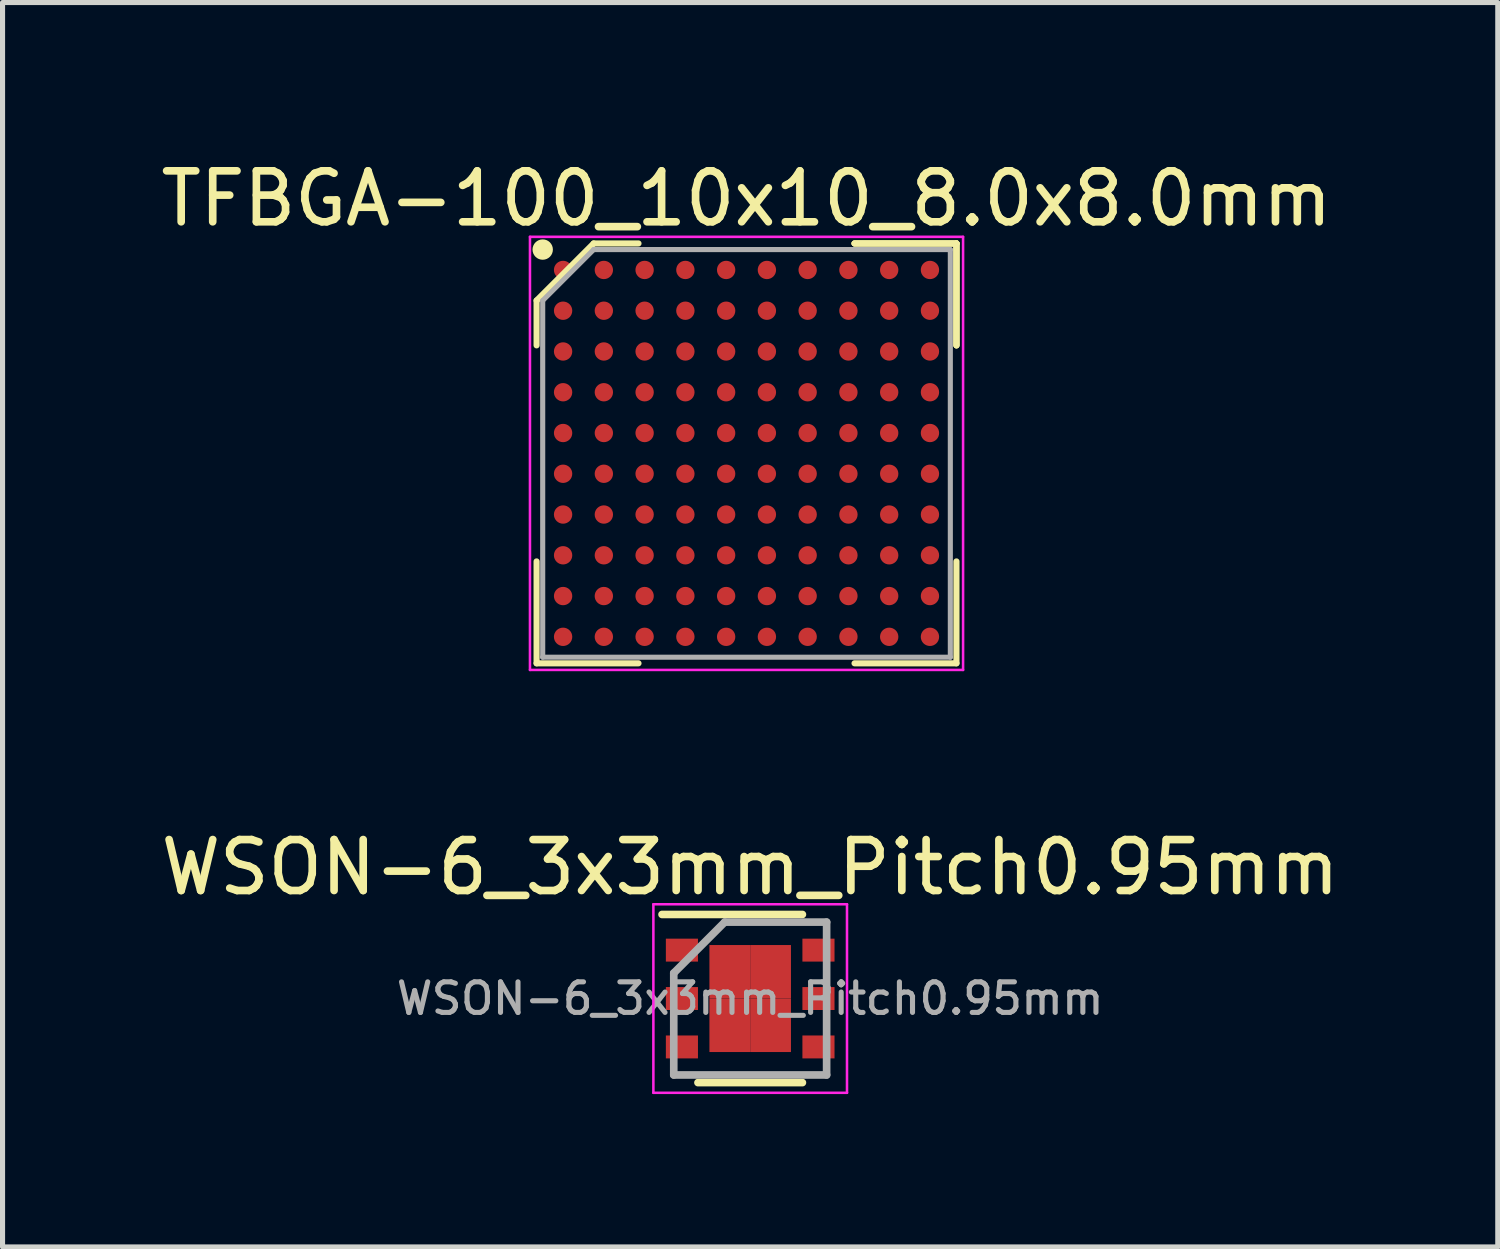
<source format=kicad_pcb>
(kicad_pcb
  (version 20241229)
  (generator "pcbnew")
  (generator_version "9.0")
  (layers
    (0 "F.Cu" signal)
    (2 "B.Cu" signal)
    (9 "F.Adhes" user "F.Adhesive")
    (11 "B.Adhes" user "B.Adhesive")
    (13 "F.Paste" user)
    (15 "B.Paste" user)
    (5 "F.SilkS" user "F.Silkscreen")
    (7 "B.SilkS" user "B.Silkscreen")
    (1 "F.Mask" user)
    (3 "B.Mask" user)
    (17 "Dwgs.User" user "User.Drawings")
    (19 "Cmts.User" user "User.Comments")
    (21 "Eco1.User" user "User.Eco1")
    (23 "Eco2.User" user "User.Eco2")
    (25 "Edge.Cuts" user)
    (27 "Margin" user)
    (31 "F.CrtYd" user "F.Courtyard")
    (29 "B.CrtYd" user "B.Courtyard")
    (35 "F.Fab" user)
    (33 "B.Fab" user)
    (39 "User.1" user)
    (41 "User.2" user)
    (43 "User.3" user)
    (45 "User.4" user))
  (footprint "WSON-6_3x3mm_Pitch0.95mm"
    (layer "F.Cu")
    (at 11.673 16.547)
    (property "Reference" "WSON-6_3x3mm_Pitch0.95mm" (at 0 -2.575 0) (layer "F.SilkS") (effects (font (size 1 1) (thickness 0.15))))
    (attr smd)
    (fp_line (start -1.73 -1.65) (end 1.025 -1.65) (stroke (width 0.15) (type solid)) (layer "F.SilkS"))
    (fp_line (start -1.025 1.65) (end 1.025 1.65) (stroke (width 0.15) (type solid)) (layer "F.SilkS"))
    (fp_line (start -1.9 -1.85) (end -1.9 1.85) (stroke (width 0.05) (type solid)) (layer "F.CrtYd"))
    (fp_line (start -1.9 -1.85) (end 1.9 -1.85) (stroke (width 0.05) (type solid)) (layer "F.CrtYd"))
    (fp_line (start -1.9 1.85) (end 1.9 1.85) (stroke (width 0.05) (type solid)) (layer "F.CrtYd"))
    (fp_line (start 1.9 -1.85) (end 1.9 1.85) (stroke (width 0.05) (type solid)) (layer "F.CrtYd"))
    (fp_line (start -1.5 -0.5) (end -0.5 -1.5) (stroke (width 0.15) (type solid)) (layer "F.Fab"))
    (fp_line (start -1.5 1.5) (end -1.5 -0.5) (stroke (width 0.15) (type solid)) (layer "F.Fab"))
    (fp_line (start -0.5 -1.5) (end 1.5 -1.5) (stroke (width 0.15) (type solid)) (layer "F.Fab"))
    (fp_line (start 1.5 -1.5) (end 1.5 1.5) (stroke (width 0.15) (type solid)) (layer "F.Fab"))
    (fp_line (start 1.5 1.5) (end -1.5 1.5) (stroke (width 0.15) (type solid)) (layer "F.Fab"))
    (fp_text user "${REFERENCE}" (at 0 0 0) (layer "F.Fab") (effects (font (size 0.6 0.6) (thickness 0.1))))
    (pad "1" smd rect (at -1.34 -0.95) (size 0.63 0.45) (layers "F.Cu" "F.Mask" "F.Paste"))
    (pad "2" smd rect (at -1.34 0) (size 0.63 0.45) (layers "F.Cu" "F.Mask" "F.Paste"))
    (pad "3" smd rect (at -1.34 0.95) (size 0.63 0.45) (layers "F.Cu" "F.Mask" "F.Paste"))
    (pad "4" smd rect (at 1.34 0.95) (size 0.63 0.45) (layers "F.Cu" "F.Mask" "F.Paste"))
    (pad "5" smd rect (at 1.34 0) (size 0.63 0.45) (layers "F.Cu" "F.Mask" "F.Paste"))
    (pad "6" smd rect (at 1.34 -0.95) (size 0.63 0.45) (layers "F.Cu" "F.Mask" "F.Paste"))
    (pad "7" smd rect (at -0.4 -0.525) (size 0.8 1.05) (layers "F.Cu" "F.Mask" "F.Paste"))
    (pad "7" smd rect (at -0.4 0.525) (size 0.8 1.05) (layers "F.Cu" "F.Mask" "F.Paste"))
    (pad "7" smd rect (at 0.4 -0.525) (size 0.8 1.05) (layers "F.Cu" "F.Mask" "F.Paste"))
    (pad "7" smd rect (at 0.4 0.525) (size 0.8 1.05) (layers "F.Cu" "F.Mask" "F.Paste")))
  (footprint "TFBGA-100_10x10_8.0x8.0mm"
    (layer "F.Cu")
    (at 11.601 5.848)
    (property "Reference" "TFBGA-100_10x10_8.0x8.0mm" (at 0 -5 0) (layer "F.SilkS") (effects (font (size 1 1) (thickness 0.15))))
    (attr smd)
    (fp_line (start -4.12 -3) (end -4.12 -2.12) (stroke (width 0.12) (type solid)) (layer "F.SilkS"))
    (fp_line (start -4.12 4.12) (end -4.12 2.12) (stroke (width 0.12) (type solid)) (layer "F.SilkS"))
    (fp_line (start -3 -4.12) (end -4.12 -3) (stroke (width 0.12) (type solid)) (layer "F.SilkS"))
    (fp_line (start -2.12 -4.12) (end -3 -4.12) (stroke (width 0.12) (type solid)) (layer "F.SilkS"))
    (fp_line (start -2.12 4.12) (end -4.12 4.12) (stroke (width 0.12) (type solid)) (layer "F.SilkS"))
    (fp_line (start 2.12 -4.12) (end 4.12 -4.12) (stroke (width 0.12) (type solid)) (layer "F.SilkS"))
    (fp_line (start 2.12 -4.12) (end 4.12 -4.12) (stroke (width 0.12) (type solid)) (layer "F.SilkS"))
    (fp_line (start 2.12 -4.12) (end 4.12 -4.12) (stroke (width 0.12) (type solid)) (layer "F.SilkS"))
    (fp_line (start 2.12 4.12) (end 4.12 4.12) (stroke (width 0.12) (type solid)) (layer "F.SilkS"))
    (fp_line (start 4.12 -4.12) (end 4.12 -2.12) (stroke (width 0.12) (type solid)) (layer "F.SilkS"))
    (fp_line (start 4.12 -4.12) (end 4.12 -2.12) (stroke (width 0.12) (type solid)) (layer "F.SilkS"))
    (fp_line (start 4.12 -4.12) (end 4.12 -2.12) (stroke (width 0.12) (type solid)) (layer "F.SilkS"))
    (fp_line (start 4.12 4.12) (end 4.12 2.12) (stroke (width 0.12) (type solid)) (layer "F.SilkS"))
    (fp_circle (center -4 -4) (end -4 -3.9) (stroke (width 0.2) (type solid)) (fill no) (layer "F.SilkS"))
    (fp_line (start -4.25 -4.25) (end 4.25 -4.25) (stroke (width 0.05) (type solid)) (layer "F.CrtYd"))
    (fp_line (start -4.25 4.25) (end -4.25 -4.25) (stroke (width 0.05) (type solid)) (layer "F.CrtYd"))
    (fp_line (start 4.25 -4.25) (end 4.25 4.25) (stroke (width 0.05) (type solid)) (layer "F.CrtYd"))
    (fp_line (start 4.25 4.25) (end -4.25 4.25) (stroke (width 0.05) (type solid)) (layer "F.CrtYd"))
    (fp_line (start -4 -3) (end -4 4) (stroke (width 0.1) (type solid)) (layer "F.Fab"))
    (fp_line (start -4 4) (end 4 4) (stroke (width 0.1) (type solid)) (layer "F.Fab"))
    (fp_line (start -3 -4) (end -4 -3) (stroke (width 0.1) (type solid)) (layer "F.Fab"))
    (fp_line (start 4 -4) (end -3 -4) (stroke (width 0.1) (type solid)) (layer "F.Fab"))
    (fp_line (start 4 4) (end 4 -4) (stroke (width 0.1) (type solid)) (layer "F.Fab"))
    (pad "A1" smd circle (at -3.6 -3.6) (size 0.36 0.36) (layers "F.Cu" "F.Mask" "F.Paste"))
    (pad "A2" smd circle (at -2.8 -3.6) (size 0.36 0.36) (layers "F.Cu" "F.Mask" "F.Paste"))
    (pad "A3" smd circle (at -2 -3.6) (size 0.36 0.36) (layers "F.Cu" "F.Mask" "F.Paste"))
    (pad "A4" smd circle (at -1.2 -3.6) (size 0.36 0.36) (layers "F.Cu" "F.Mask" "F.Paste"))
    (pad "A5" smd circle (at -0.4 -3.6) (size 0.36 0.36) (layers "F.Cu" "F.Mask" "F.Paste"))
    (pad "A6" smd circle (at 0.4 -3.6) (size 0.36 0.36) (layers "F.Cu" "F.Mask" "F.Paste"))
    (pad "A7" smd circle (at 1.2 -3.6) (size 0.36 0.36) (layers "F.Cu" "F.Mask" "F.Paste"))
    (pad "A8" smd circle (at 2 -3.6) (size 0.36 0.36) (layers "F.Cu" "F.Mask" "F.Paste"))
    (pad "A9" smd circle (at 2.8 -3.6) (size 0.36 0.36) (layers "F.Cu" "F.Mask" "F.Paste"))
    (pad "A10" smd circle (at 3.6 -3.6) (size 0.36 0.36) (layers "F.Cu" "F.Mask" "F.Paste"))
    (pad "B1" smd circle (at -3.6 -2.8) (size 0.36 0.36) (layers "F.Cu" "F.Mask" "F.Paste"))
    (pad "B2" smd circle (at -2.8 -2.8) (size 0.36 0.36) (layers "F.Cu" "F.Mask" "F.Paste"))
    (pad "B3" smd circle (at -2 -2.8) (size 0.36 0.36) (layers "F.Cu" "F.Mask" "F.Paste"))
    (pad "B4" smd circle (at -1.2 -2.8) (size 0.36 0.36) (layers "F.Cu" "F.Mask" "F.Paste"))
    (pad "B5" smd circle (at -0.4 -2.8) (size 0.36 0.36) (layers "F.Cu" "F.Mask" "F.Paste"))
    (pad "B6" smd circle (at 0.4 -2.8) (size 0.36 0.36) (layers "F.Cu" "F.Mask" "F.Paste"))
    (pad "B7" smd circle (at 1.2 -2.8) (size 0.36 0.36) (layers "F.Cu" "F.Mask" "F.Paste"))
    (pad "B8" smd circle (at 2 -2.8) (size 0.36 0.36) (layers "F.Cu" "F.Mask" "F.Paste"))
    (pad "B9" smd circle (at 2.8 -2.8) (size 0.36 0.36) (layers "F.Cu" "F.Mask" "F.Paste"))
    (pad "B10" smd circle (at 3.6 -2.8) (size 0.36 0.36) (layers "F.Cu" "F.Mask" "F.Paste"))
    (pad "C1" smd circle (at -3.6 -2) (size 0.36 0.36) (layers "F.Cu" "F.Mask" "F.Paste"))
    (pad "C2" smd circle (at -2.8 -2) (size 0.36 0.36) (layers "F.Cu" "F.Mask" "F.Paste"))
    (pad "C3" smd circle (at -2 -2) (size 0.36 0.36) (layers "F.Cu" "F.Mask" "F.Paste"))
    (pad "C4" smd circle (at -1.2 -2) (size 0.36 0.36) (layers "F.Cu" "F.Mask" "F.Paste"))
    (pad "C5" smd circle (at -0.4 -2) (size 0.36 0.36) (layers "F.Cu" "F.Mask" "F.Paste"))
    (pad "C6" smd circle (at 0.4 -2) (size 0.36 0.36) (layers "F.Cu" "F.Mask" "F.Paste"))
    (pad "C7" smd circle (at 1.2 -2) (size 0.36 0.36) (layers "F.Cu" "F.Mask" "F.Paste"))
    (pad "C8" smd circle (at 2 -2) (size 0.36 0.36) (layers "F.Cu" "F.Mask" "F.Paste"))
    (pad "C9" smd circle (at 2.8 -2) (size 0.36 0.36) (layers "F.Cu" "F.Mask" "F.Paste"))
    (pad "C10" smd circle (at 3.6 -2) (size 0.36 0.36) (layers "F.Cu" "F.Mask" "F.Paste"))
    (pad "D1" smd circle (at -3.6 -1.2) (size 0.36 0.36) (layers "F.Cu" "F.Mask" "F.Paste"))
    (pad "D2" smd circle (at -2.8 -1.2) (size 0.36 0.36) (layers "F.Cu" "F.Mask" "F.Paste"))
    (pad "D3" smd circle (at -2 -1.2) (size 0.36 0.36) (layers "F.Cu" "F.Mask" "F.Paste"))
    (pad "D4" smd circle (at -1.2 -1.2) (size 0.36 0.36) (layers "F.Cu" "F.Mask" "F.Paste"))
    (pad "D5" smd circle (at -0.4 -1.2) (size 0.36 0.36) (layers "F.Cu" "F.Mask" "F.Paste"))
    (pad "D6" smd circle (at 0.4 -1.2) (size 0.36 0.36) (layers "F.Cu" "F.Mask" "F.Paste"))
    (pad "D7" smd circle (at 1.2 -1.2) (size 0.36 0.36) (layers "F.Cu" "F.Mask" "F.Paste"))
    (pad "D8" smd circle (at 2 -1.2) (size 0.36 0.36) (layers "F.Cu" "F.Mask" "F.Paste"))
    (pad "D9" smd circle (at 2.8 -1.2) (size 0.36 0.36) (layers "F.Cu" "F.Mask" "F.Paste"))
    (pad "D10" smd circle (at 3.6 -1.2) (size 0.36 0.36) (layers "F.Cu" "F.Mask" "F.Paste"))
    (pad "E1" smd circle (at -3.6 -0.4) (size 0.36 0.36) (layers "F.Cu" "F.Mask" "F.Paste"))
    (pad "E2" smd circle (at -2.8 -0.4) (size 0.36 0.36) (layers "F.Cu" "F.Mask" "F.Paste"))
    (pad "E3" smd circle (at -2 -0.4) (size 0.36 0.36) (layers "F.Cu" "F.Mask" "F.Paste"))
    (pad "E4" smd circle (at -1.2 -0.4) (size 0.36 0.36) (layers "F.Cu" "F.Mask" "F.Paste"))
    (pad "E5" smd circle (at -0.4 -0.4) (size 0.36 0.36) (layers "F.Cu" "F.Mask" "F.Paste"))
    (pad "E6" smd circle (at 0.4 -0.4) (size 0.36 0.36) (layers "F.Cu" "F.Mask" "F.Paste"))
    (pad "E7" smd circle (at 1.2 -0.4) (size 0.36 0.36) (layers "F.Cu" "F.Mask" "F.Paste"))
    (pad "E8" smd circle (at 2 -0.4) (size 0.36 0.36) (layers "F.Cu" "F.Mask" "F.Paste"))
    (pad "E9" smd circle (at 2.8 -0.4) (size 0.36 0.36) (layers "F.Cu" "F.Mask" "F.Paste"))
    (pad "E10" smd circle (at 3.6 -0.4) (size 0.36 0.36) (layers "F.Cu" "F.Mask" "F.Paste"))
    (pad "F1" smd circle (at -3.6 0.4) (size 0.36 0.36) (layers "F.Cu" "F.Mask" "F.Paste"))
    (pad "F2" smd circle (at -2.8 0.4) (size 0.36 0.36) (layers "F.Cu" "F.Mask" "F.Paste"))
    (pad "F3" smd circle (at -2 0.4) (size 0.36 0.36) (layers "F.Cu" "F.Mask" "F.Paste"))
    (pad "F4" smd circle (at -1.2 0.4) (size 0.36 0.36) (layers "F.Cu" "F.Mask" "F.Paste"))
    (pad "F5" smd circle (at -0.4 0.4) (size 0.36 0.36) (layers "F.Cu" "F.Mask" "F.Paste"))
    (pad "F6" smd circle (at 0.4 0.4) (size 0.36 0.36) (layers "F.Cu" "F.Mask" "F.Paste"))
    (pad "F7" smd circle (at 1.2 0.4) (size 0.36 0.36) (layers "F.Cu" "F.Mask" "F.Paste"))
    (pad "F8" smd circle (at 2 0.4) (size 0.36 0.36) (layers "F.Cu" "F.Mask" "F.Paste"))
    (pad "F9" smd circle (at 2.8 0.4) (size 0.36 0.36) (layers "F.Cu" "F.Mask" "F.Paste"))
    (pad "F10" smd circle (at 3.6 0.4) (size 0.36 0.36) (layers "F.Cu" "F.Mask" "F.Paste"))
    (pad "G1" smd circle (at -3.6 1.2) (size 0.36 0.36) (layers "F.Cu" "F.Mask" "F.Paste"))
    (pad "G2" smd circle (at -2.8 1.2) (size 0.36 0.36) (layers "F.Cu" "F.Mask" "F.Paste"))
    (pad "G3" smd circle (at -2 1.2) (size 0.36 0.36) (layers "F.Cu" "F.Mask" "F.Paste"))
    (pad "G4" smd circle (at -1.2 1.2) (size 0.36 0.36) (layers "F.Cu" "F.Mask" "F.Paste"))
    (pad "G5" smd circle (at -0.4 1.2) (size 0.36 0.36) (layers "F.Cu" "F.Mask" "F.Paste"))
    (pad "G6" smd circle (at 0.4 1.2) (size 0.36 0.36) (layers "F.Cu" "F.Mask" "F.Paste"))
    (pad "G7" smd circle (at 1.2 1.2) (size 0.36 0.36) (layers "F.Cu" "F.Mask" "F.Paste"))
    (pad "G8" smd circle (at 2 1.2) (size 0.36 0.36) (layers "F.Cu" "F.Mask" "F.Paste"))
    (pad "G9" smd circle (at 2.8 1.2) (size 0.36 0.36) (layers "F.Cu" "F.Mask" "F.Paste"))
    (pad "G10" smd circle (at 3.6 1.2) (size 0.36 0.36) (layers "F.Cu" "F.Mask" "F.Paste"))
    (pad "H1" smd circle (at -3.6 2) (size 0.36 0.36) (layers "F.Cu" "F.Mask" "F.Paste"))
    (pad "H2" smd circle (at -2.8 2) (size 0.36 0.36) (layers "F.Cu" "F.Mask" "F.Paste"))
    (pad "H3" smd circle (at -2 2) (size 0.36 0.36) (layers "F.Cu" "F.Mask" "F.Paste"))
    (pad "H4" smd circle (at -1.2 2) (size 0.36 0.36) (layers "F.Cu" "F.Mask" "F.Paste"))
    (pad "H5" smd circle (at -0.4 2) (size 0.36 0.36) (layers "F.Cu" "F.Mask" "F.Paste"))
    (pad "H6" smd circle (at 0.4 2) (size 0.36 0.36) (layers "F.Cu" "F.Mask" "F.Paste"))
    (pad "H7" smd circle (at 1.2 2) (size 0.36 0.36) (layers "F.Cu" "F.Mask" "F.Paste"))
    (pad "H8" smd circle (at 2 2) (size 0.36 0.36) (layers "F.Cu" "F.Mask" "F.Paste"))
    (pad "H9" smd circle (at 2.8 2) (size 0.36 0.36) (layers "F.Cu" "F.Mask" "F.Paste"))
    (pad "H10" smd circle (at 3.6 2) (size 0.36 0.36) (layers "F.Cu" "F.Mask" "F.Paste"))
    (pad "J1" smd circle (at -3.6 2.8) (size 0.36 0.36) (layers "F.Cu" "F.Mask" "F.Paste"))
    (pad "J2" smd circle (at -2.8 2.8) (size 0.36 0.36) (layers "F.Cu" "F.Mask" "F.Paste"))
    (pad "J3" smd circle (at -2 2.8) (size 0.36 0.36) (layers "F.Cu" "F.Mask" "F.Paste"))
    (pad "J4" smd circle (at -1.2 2.8) (size 0.36 0.36) (layers "F.Cu" "F.Mask" "F.Paste"))
    (pad "J5" smd circle (at -0.4 2.8) (size 0.36 0.36) (layers "F.Cu" "F.Mask" "F.Paste"))
    (pad "J6" smd circle (at 0.4 2.8) (size 0.36 0.36) (layers "F.Cu" "F.Mask" "F.Paste"))
    (pad "J7" smd circle (at 1.2 2.8) (size 0.36 0.36) (layers "F.Cu" "F.Mask" "F.Paste"))
    (pad "J8" smd circle (at 2 2.8) (size 0.36 0.36) (layers "F.Cu" "F.Mask" "F.Paste"))
    (pad "J9" smd circle (at 2.8 2.8) (size 0.36 0.36) (layers "F.Cu" "F.Mask" "F.Paste"))
    (pad "J10" smd circle (at 3.6 2.8) (size 0.36 0.36) (layers "F.Cu" "F.Mask" "F.Paste"))
    (pad "K1" smd circle (at -3.6 3.6) (size 0.36 0.36) (layers "F.Cu" "F.Mask" "F.Paste"))
    (pad "K2" smd circle (at -2.8 3.6) (size 0.36 0.36) (layers "F.Cu" "F.Mask" "F.Paste"))
    (pad "K3" smd circle (at -2 3.6) (size 0.36 0.36) (layers "F.Cu" "F.Mask" "F.Paste"))
    (pad "K4" smd circle (at -1.2 3.6) (size 0.36 0.36) (layers "F.Cu" "F.Mask" "F.Paste"))
    (pad "K5" smd circle (at -0.4 3.6) (size 0.36 0.36) (layers "F.Cu" "F.Mask" "F.Paste"))
    (pad "K6" smd circle (at 0.4 3.6) (size 0.36 0.36) (layers "F.Cu" "F.Mask" "F.Paste"))
    (pad "K7" smd circle (at 1.2 3.6) (size 0.36 0.36) (layers "F.Cu" "F.Mask" "F.Paste"))
    (pad "K8" smd circle (at 2 3.6) (size 0.36 0.36) (layers "F.Cu" "F.Mask" "F.Paste"))
    (pad "K9" smd circle (at 2.8 3.6) (size 0.36 0.36) (layers "F.Cu" "F.Mask" "F.Paste"))
    (pad "K10" smd circle (at 3.6 3.6) (size 0.36 0.36) (layers "F.Cu" "F.Mask" "F.Paste")))
  (gr_rect
    (start -3 -3)
    (end 26.345 21.422)
    (stroke (width 0.1) (type default))
    (fill no)
    (layer "Edge.Cuts")))
</source>
